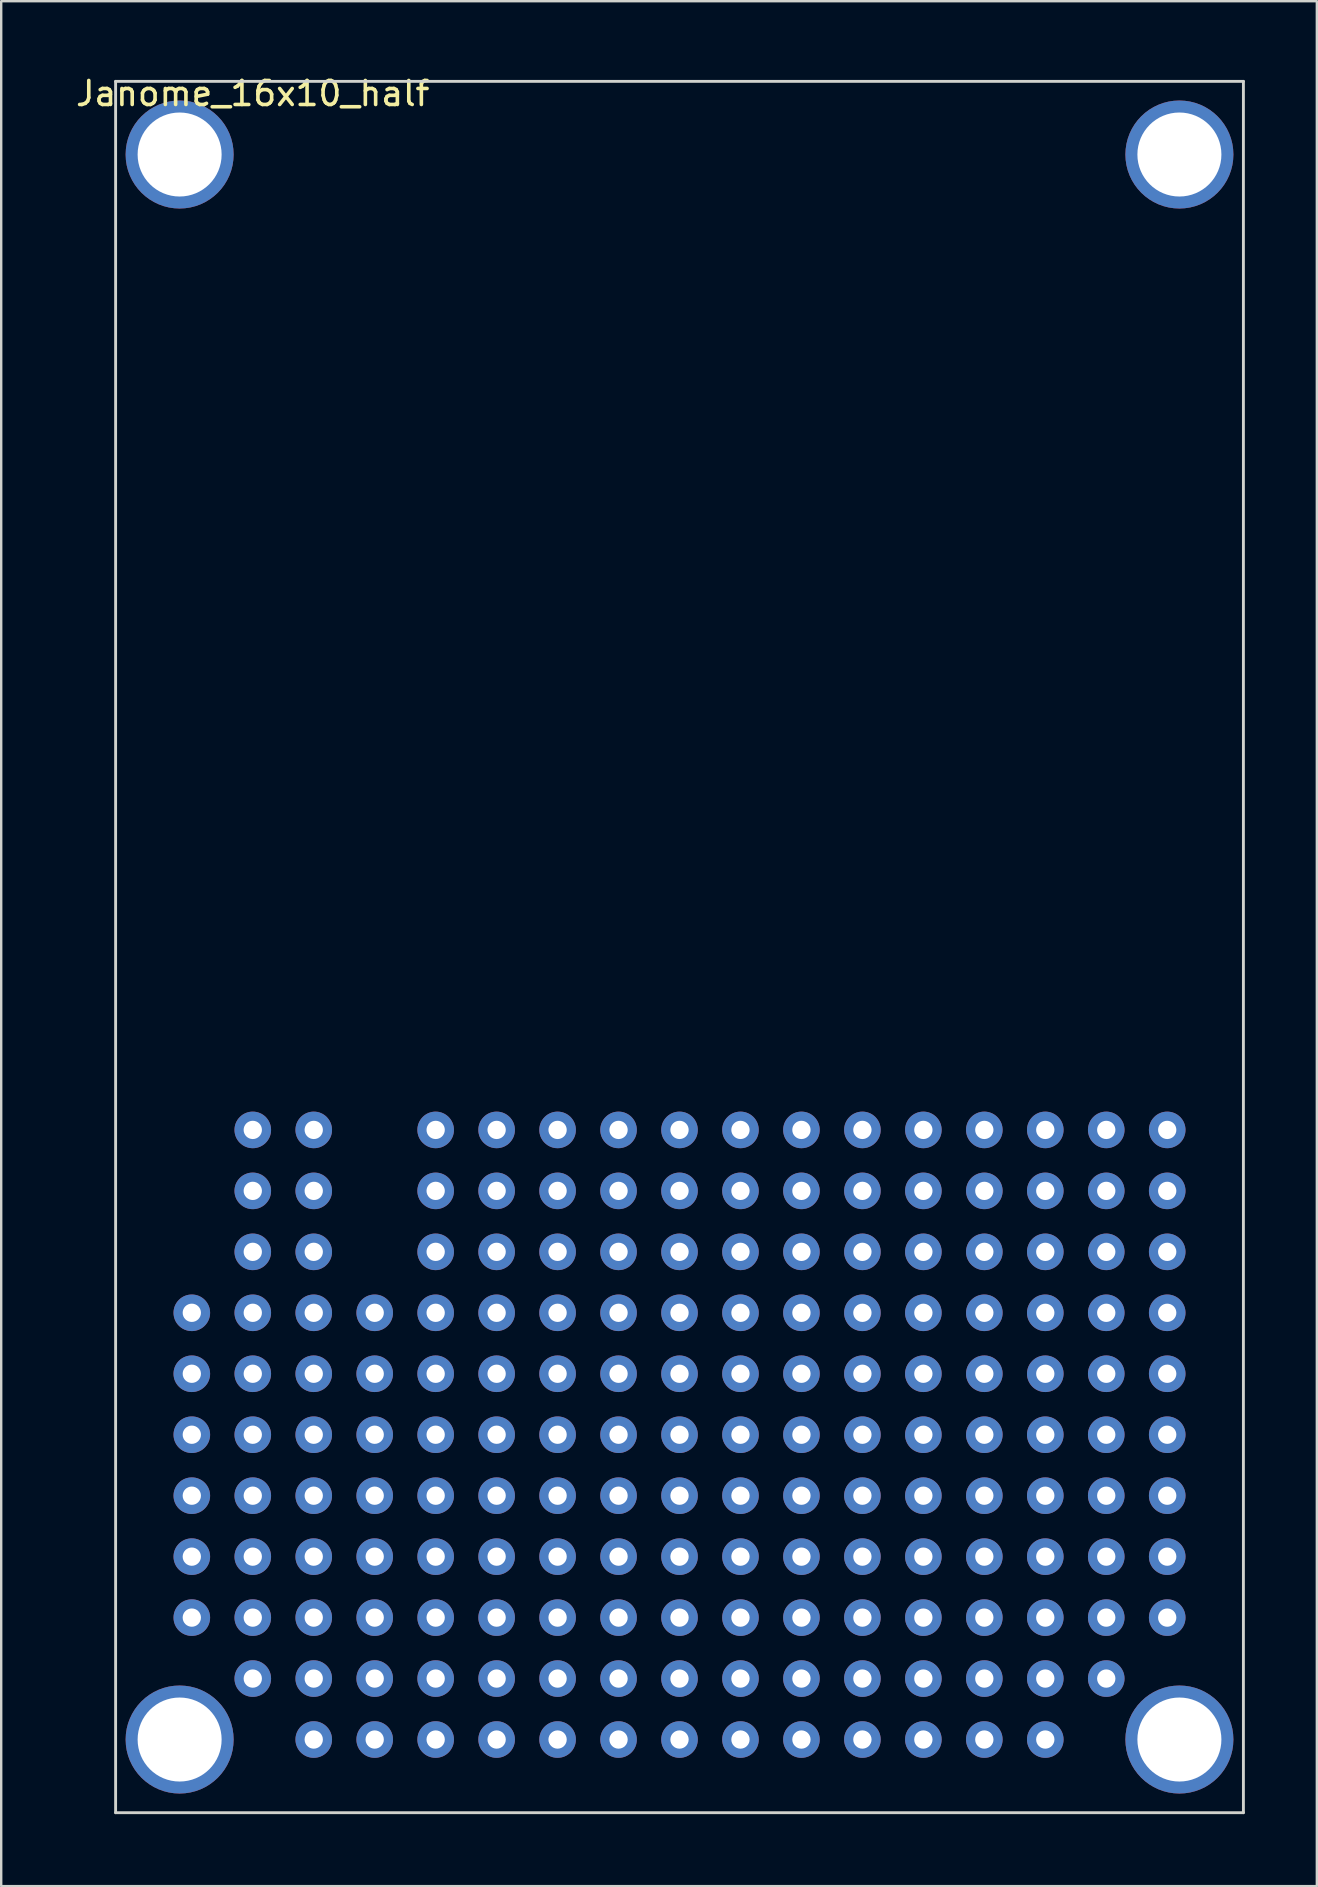
<source format=kicad_pcb>
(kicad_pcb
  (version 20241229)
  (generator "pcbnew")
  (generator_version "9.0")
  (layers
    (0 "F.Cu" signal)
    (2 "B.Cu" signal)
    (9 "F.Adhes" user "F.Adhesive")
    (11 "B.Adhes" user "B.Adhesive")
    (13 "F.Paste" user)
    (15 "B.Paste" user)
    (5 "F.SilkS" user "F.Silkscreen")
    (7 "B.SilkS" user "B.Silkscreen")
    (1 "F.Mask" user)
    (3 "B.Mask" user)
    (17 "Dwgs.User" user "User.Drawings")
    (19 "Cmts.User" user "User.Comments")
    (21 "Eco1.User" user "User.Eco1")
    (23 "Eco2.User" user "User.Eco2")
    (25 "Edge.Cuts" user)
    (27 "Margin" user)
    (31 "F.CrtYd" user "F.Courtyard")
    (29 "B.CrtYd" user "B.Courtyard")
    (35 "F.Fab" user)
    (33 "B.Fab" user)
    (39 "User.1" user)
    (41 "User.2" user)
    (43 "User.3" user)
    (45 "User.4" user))
  (footprint "Janome_16x10_half"
    (layer "F.Cu")
    (at 4.942 8.468)
    (property "Reference" "Janome_16x10_half" (at 2.54 -7.62 0) (layer "F.SilkS") (effects (font (size 1 1) (thickness 0.15))))
    (attr through_hole)
    (fp_line (start -3.175 -8.128) (end -3.175 64.008) (stroke (width 0.12) (type default)) (layer "Edge.Cuts"))
    (fp_line (start -3.175 64.008) (end 43.815 64.008) (stroke (width 0.12) (type default)) (layer "Edge.Cuts"))
    (fp_line (start 43.815 -8.128) (end -3.175 -8.128) (stroke (width 0.12) (type default)) (layer "Edge.Cuts"))
    (fp_line (start 43.815 64.008) (end 43.815 -8.128) (stroke (width 0.12) (type default)) (layer "Edge.Cuts"))
    (pad "1" thru_hole circle (at 0 43.18) (size 1.524 1.524) (drill 0.762) (layers "*.Cu" "*.Mask"))
    (pad "1" thru_hole circle (at 0 45.72) (size 1.524 1.524) (drill 0.762) (layers "*.Cu" "*.Mask"))
    (pad "1" thru_hole circle (at 0 48.26) (size 1.524 1.524) (drill 0.762) (layers "*.Cu" "*.Mask"))
    (pad "1" thru_hole circle (at 0 50.8) (size 1.524 1.524) (drill 0.762) (layers "*.Cu" "*.Mask"))
    (pad "1" thru_hole circle (at 0 53.34) (size 1.524 1.524) (drill 0.762) (layers "*.Cu" "*.Mask"))
    (pad "1" thru_hole circle (at 0 55.88) (size 1.524 1.524) (drill 0.762) (layers "*.Cu" "*.Mask"))
    (pad "1" thru_hole circle (at 2.54 35.56) (size 1.524 1.524) (drill 0.762) (layers "*.Cu" "*.Mask"))
    (pad "1" thru_hole circle (at 2.54 38.1) (size 1.524 1.524) (drill 0.762) (layers "*.Cu" "*.Mask"))
    (pad "1" thru_hole circle (at 2.54 40.64) (size 1.524 1.524) (drill 0.762) (layers "*.Cu" "*.Mask"))
    (pad "1" thru_hole circle (at 2.54 43.18) (size 1.524 1.524) (drill 0.762) (layers "*.Cu" "*.Mask"))
    (pad "1" thru_hole circle (at 2.54 45.72) (size 1.524 1.524) (drill 0.762) (layers "*.Cu" "*.Mask"))
    (pad "1" thru_hole circle (at 2.54 48.26) (size 1.524 1.524) (drill 0.762) (layers "*.Cu" "*.Mask"))
    (pad "1" thru_hole circle (at 2.54 50.8) (size 1.524 1.524) (drill 0.762) (layers "*.Cu" "*.Mask"))
    (pad "1" thru_hole circle (at 2.54 53.34) (size 1.524 1.524) (drill 0.762) (layers "*.Cu" "*.Mask"))
    (pad "1" thru_hole circle (at 2.54 55.88) (size 1.524 1.524) (drill 0.762) (layers "*.Cu" "*.Mask"))
    (pad "1" thru_hole circle (at 2.54 58.42) (size 1.524 1.524) (drill 0.762) (layers "*.Cu" "*.Mask"))
    (pad "1" thru_hole circle (at 5.08 35.56) (size 1.524 1.524) (drill 0.762) (layers "*.Cu" "*.Mask"))
    (pad "1" thru_hole circle (at 5.08 38.1) (size 1.524 1.524) (drill 0.762) (layers "*.Cu" "*.Mask"))
    (pad "1" thru_hole circle (at 5.08 40.64) (size 1.524 1.524) (drill 0.762) (layers "*.Cu" "*.Mask"))
    (pad "1" thru_hole circle (at 5.08 43.18) (size 1.524 1.524) (drill 0.762) (layers "*.Cu" "*.Mask"))
    (pad "1" thru_hole circle (at 5.08 45.72) (size 1.524 1.524) (drill 0.762) (layers "*.Cu" "*.Mask"))
    (pad "1" thru_hole circle (at 5.08 48.26) (size 1.524 1.524) (drill 0.762) (layers "*.Cu" "*.Mask"))
    (pad "1" thru_hole circle (at 5.08 50.8) (size 1.524 1.524) (drill 0.762) (layers "*.Cu" "*.Mask"))
    (pad "1" thru_hole circle (at 5.08 53.34) (size 1.524 1.524) (drill 0.762) (layers "*.Cu" "*.Mask"))
    (pad "1" thru_hole circle (at 5.08 55.88) (size 1.524 1.524) (drill 0.762) (layers "*.Cu" "*.Mask"))
    (pad "1" thru_hole circle (at 5.08 58.42) (size 1.524 1.524) (drill 0.762) (layers "*.Cu" "*.Mask"))
    (pad "1" thru_hole circle (at 5.08 60.96) (size 1.524 1.524) (drill 0.762) (layers "*.Cu" "*.Mask"))
    (pad "1" thru_hole circle (at 7.62 43.18) (size 1.524 1.524) (drill 0.762) (layers "*.Cu" "*.Mask"))
    (pad "1" thru_hole circle (at 7.62 45.72) (size 1.524 1.524) (drill 0.762) (layers "*.Cu" "*.Mask"))
    (pad "1" thru_hole circle (at 7.62 48.26) (size 1.524 1.524) (drill 0.762) (layers "*.Cu" "*.Mask"))
    (pad "1" thru_hole circle (at 7.62 50.8) (size 1.524 1.524) (drill 0.762) (layers "*.Cu" "*.Mask"))
    (pad "1" thru_hole circle (at 7.62 53.34) (size 1.524 1.524) (drill 0.762) (layers "*.Cu" "*.Mask"))
    (pad "1" thru_hole circle (at 7.62 55.88) (size 1.524 1.524) (drill 0.762) (layers "*.Cu" "*.Mask"))
    (pad "1" thru_hole circle (at 7.62 58.42) (size 1.524 1.524) (drill 0.762) (layers "*.Cu" "*.Mask"))
    (pad "1" thru_hole circle (at 7.62 60.96) (size 1.524 1.524) (drill 0.762) (layers "*.Cu" "*.Mask"))
    (pad "1" thru_hole circle (at 10.16 35.56) (size 1.524 1.524) (drill 0.762) (layers "*.Cu" "*.Mask"))
    (pad "1" thru_hole circle (at 10.16 38.1) (size 1.524 1.524) (drill 0.762) (layers "*.Cu" "*.Mask"))
    (pad "1" thru_hole circle (at 10.16 40.64) (size 1.524 1.524) (drill 0.762) (layers "*.Cu" "*.Mask"))
    (pad "1" thru_hole circle (at 10.16 43.18) (size 1.524 1.524) (drill 0.762) (layers "*.Cu" "*.Mask"))
    (pad "1" thru_hole circle (at 10.16 45.72) (size 1.524 1.524) (drill 0.762) (layers "*.Cu" "*.Mask"))
    (pad "1" thru_hole circle (at 10.16 48.26) (size 1.524 1.524) (drill 0.762) (layers "*.Cu" "*.Mask"))
    (pad "1" thru_hole circle (at 10.16 50.8) (size 1.524 1.524) (drill 0.762) (layers "*.Cu" "*.Mask"))
    (pad "1" thru_hole circle (at 10.16 53.34) (size 1.524 1.524) (drill 0.762) (layers "*.Cu" "*.Mask"))
    (pad "1" thru_hole circle (at 10.16 55.88) (size 1.524 1.524) (drill 0.762) (layers "*.Cu" "*.Mask"))
    (pad "1" thru_hole circle (at 10.16 58.42) (size 1.524 1.524) (drill 0.762) (layers "*.Cu" "*.Mask"))
    (pad "1" thru_hole circle (at 10.16 60.96) (size 1.524 1.524) (drill 0.762) (layers "*.Cu" "*.Mask"))
    (pad "1" thru_hole circle (at 12.7 35.56) (size 1.524 1.524) (drill 0.762) (layers "*.Cu" "*.Mask"))
    (pad "1" thru_hole circle (at 12.7 38.1) (size 1.524 1.524) (drill 0.762) (layers "*.Cu" "*.Mask"))
    (pad "1" thru_hole circle (at 12.7 40.64) (size 1.524 1.524) (drill 0.762) (layers "*.Cu" "*.Mask"))
    (pad "1" thru_hole circle (at 12.7 43.18) (size 1.524 1.524) (drill 0.762) (layers "*.Cu" "*.Mask"))
    (pad "1" thru_hole circle (at 12.7 45.72) (size 1.524 1.524) (drill 0.762) (layers "*.Cu" "*.Mask"))
    (pad "1" thru_hole circle (at 12.7 48.26) (size 1.524 1.524) (drill 0.762) (layers "*.Cu" "*.Mask"))
    (pad "1" thru_hole circle (at 12.7 50.8) (size 1.524 1.524) (drill 0.762) (layers "*.Cu" "*.Mask"))
    (pad "1" thru_hole circle (at 12.7 53.34) (size 1.524 1.524) (drill 0.762) (layers "*.Cu" "*.Mask"))
    (pad "1" thru_hole circle (at 12.7 55.88) (size 1.524 1.524) (drill 0.762) (layers "*.Cu" "*.Mask"))
    (pad "1" thru_hole circle (at 12.7 58.42) (size 1.524 1.524) (drill 0.762) (layers "*.Cu" "*.Mask"))
    (pad "1" thru_hole circle (at 12.7 60.96) (size 1.524 1.524) (drill 0.762) (layers "*.Cu" "*.Mask"))
    (pad "1" thru_hole circle (at 15.24 35.56) (size 1.524 1.524) (drill 0.762) (layers "*.Cu" "*.Mask"))
    (pad "1" thru_hole circle (at 15.24 38.1) (size 1.524 1.524) (drill 0.762) (layers "*.Cu" "*.Mask"))
    (pad "1" thru_hole circle (at 15.24 40.64) (size 1.524 1.524) (drill 0.762) (layers "*.Cu" "*.Mask"))
    (pad "1" thru_hole circle (at 15.24 43.18) (size 1.524 1.524) (drill 0.762) (layers "*.Cu" "*.Mask"))
    (pad "1" thru_hole circle (at 15.24 45.72) (size 1.524 1.524) (drill 0.762) (layers "*.Cu" "*.Mask"))
    (pad "1" thru_hole circle (at 15.24 48.26) (size 1.524 1.524) (drill 0.762) (layers "*.Cu" "*.Mask"))
    (pad "1" thru_hole circle (at 15.24 50.8) (size 1.524 1.524) (drill 0.762) (layers "*.Cu" "*.Mask"))
    (pad "1" thru_hole circle (at 15.24 53.34) (size 1.524 1.524) (drill 0.762) (layers "*.Cu" "*.Mask"))
    (pad "1" thru_hole circle (at 15.24 55.88) (size 1.524 1.524) (drill 0.762) (layers "*.Cu" "*.Mask"))
    (pad "1" thru_hole circle (at 15.24 58.42) (size 1.524 1.524) (drill 0.762) (layers "*.Cu" "*.Mask"))
    (pad "1" thru_hole circle (at 15.24 60.96) (size 1.524 1.524) (drill 0.762) (layers "*.Cu" "*.Mask"))
    (pad "1" thru_hole circle (at 17.78 35.56) (size 1.524 1.524) (drill 0.762) (layers "*.Cu" "*.Mask"))
    (pad "1" thru_hole circle (at 17.78 38.1) (size 1.524 1.524) (drill 0.762) (layers "*.Cu" "*.Mask"))
    (pad "1" thru_hole circle (at 17.78 40.64) (size 1.524 1.524) (drill 0.762) (layers "*.Cu" "*.Mask"))
    (pad "1" thru_hole circle (at 17.78 43.18) (size 1.524 1.524) (drill 0.762) (layers "*.Cu" "*.Mask"))
    (pad "1" thru_hole circle (at 17.78 45.72) (size 1.524 1.524) (drill 0.762) (layers "*.Cu" "*.Mask"))
    (pad "1" thru_hole circle (at 17.78 48.26) (size 1.524 1.524) (drill 0.762) (layers "*.Cu" "*.Mask"))
    (pad "1" thru_hole circle (at 17.78 50.8) (size 1.524 1.524) (drill 0.762) (layers "*.Cu" "*.Mask"))
    (pad "1" thru_hole circle (at 17.78 53.34) (size 1.524 1.524) (drill 0.762) (layers "*.Cu" "*.Mask"))
    (pad "1" thru_hole circle (at 17.78 55.88) (size 1.524 1.524) (drill 0.762) (layers "*.Cu" "*.Mask"))
    (pad "1" thru_hole circle (at 17.78 58.42) (size 1.524 1.524) (drill 0.762) (layers "*.Cu" "*.Mask"))
    (pad "1" thru_hole circle (at 17.78 60.96) (size 1.524 1.524) (drill 0.762) (layers "*.Cu" "*.Mask"))
    (pad "1" thru_hole circle (at 20.32 35.56) (size 1.524 1.524) (drill 0.762) (layers "*.Cu" "*.Mask"))
    (pad "1" thru_hole circle (at 20.32 38.1) (size 1.524 1.524) (drill 0.762) (layers "*.Cu" "*.Mask"))
    (pad "1" thru_hole circle (at 20.32 40.64) (size 1.524 1.524) (drill 0.762) (layers "*.Cu" "*.Mask"))
    (pad "1" thru_hole circle (at 20.32 43.18) (size 1.524 1.524) (drill 0.762) (layers "*.Cu" "*.Mask"))
    (pad "1" thru_hole circle (at 20.32 45.72) (size 1.524 1.524) (drill 0.762) (layers "*.Cu" "*.Mask"))
    (pad "1" thru_hole circle (at 20.32 48.26) (size 1.524 1.524) (drill 0.762) (layers "*.Cu" "*.Mask"))
    (pad "1" thru_hole circle (at 20.32 50.8) (size 1.524 1.524) (drill 0.762) (layers "*.Cu" "*.Mask"))
    (pad "1" thru_hole circle (at 20.32 53.34) (size 1.524 1.524) (drill 0.762) (layers "*.Cu" "*.Mask"))
    (pad "1" thru_hole circle (at 20.32 55.88) (size 1.524 1.524) (drill 0.762) (layers "*.Cu" "*.Mask"))
    (pad "1" thru_hole circle (at 20.32 58.42) (size 1.524 1.524) (drill 0.762) (layers "*.Cu" "*.Mask"))
    (pad "1" thru_hole circle (at 20.32 60.96) (size 1.524 1.524) (drill 0.762) (layers "*.Cu" "*.Mask"))
    (pad "1" thru_hole circle (at 22.86 35.56) (size 1.524 1.524) (drill 0.762) (layers "*.Cu" "*.Mask"))
    (pad "1" thru_hole circle (at 22.86 38.1) (size 1.524 1.524) (drill 0.762) (layers "*.Cu" "*.Mask"))
    (pad "1" thru_hole circle (at 22.86 40.64) (size 1.524 1.524) (drill 0.762) (layers "*.Cu" "*.Mask"))
    (pad "1" thru_hole circle (at 22.86 43.18) (size 1.524 1.524) (drill 0.762) (layers "*.Cu" "*.Mask"))
    (pad "1" thru_hole circle (at 22.86 45.72) (size 1.524 1.524) (drill 0.762) (layers "*.Cu" "*.Mask"))
    (pad "1" thru_hole circle (at 22.86 48.26) (size 1.524 1.524) (drill 0.762) (layers "*.Cu" "*.Mask"))
    (pad "1" thru_hole circle (at 22.86 50.8) (size 1.524 1.524) (drill 0.762) (layers "*.Cu" "*.Mask"))
    (pad "1" thru_hole circle (at 22.86 53.34) (size 1.524 1.524) (drill 0.762) (layers "*.Cu" "*.Mask"))
    (pad "1" thru_hole circle (at 22.86 55.88) (size 1.524 1.524) (drill 0.762) (layers "*.Cu" "*.Mask"))
    (pad "1" thru_hole circle (at 22.86 58.42) (size 1.524 1.524) (drill 0.762) (layers "*.Cu" "*.Mask"))
    (pad "1" thru_hole circle (at 22.86 60.96) (size 1.524 1.524) (drill 0.762) (layers "*.Cu" "*.Mask"))
    (pad "1" thru_hole circle (at 25.4 35.56) (size 1.524 1.524) (drill 0.762) (layers "*.Cu" "*.Mask"))
    (pad "1" thru_hole circle (at 25.4 38.1) (size 1.524 1.524) (drill 0.762) (layers "*.Cu" "*.Mask"))
    (pad "1" thru_hole circle (at 25.4 40.64) (size 1.524 1.524) (drill 0.762) (layers "*.Cu" "*.Mask"))
    (pad "1" thru_hole circle (at 25.4 43.18) (size 1.524 1.524) (drill 0.762) (layers "*.Cu" "*.Mask"))
    (pad "1" thru_hole circle (at 25.4 45.72) (size 1.524 1.524) (drill 0.762) (layers "*.Cu" "*.Mask"))
    (pad "1" thru_hole circle (at 25.4 48.26) (size 1.524 1.524) (drill 0.762) (layers "*.Cu" "*.Mask"))
    (pad "1" thru_hole circle (at 25.4 50.8) (size 1.524 1.524) (drill 0.762) (layers "*.Cu" "*.Mask"))
    (pad "1" thru_hole circle (at 25.4 53.34) (size 1.524 1.524) (drill 0.762) (layers "*.Cu" "*.Mask"))
    (pad "1" thru_hole circle (at 25.4 55.88) (size 1.524 1.524) (drill 0.762) (layers "*.Cu" "*.Mask"))
    (pad "1" thru_hole circle (at 25.4 58.42) (size 1.524 1.524) (drill 0.762) (layers "*.Cu" "*.Mask"))
    (pad "1" thru_hole circle (at 25.4 60.96) (size 1.524 1.524) (drill 0.762) (layers "*.Cu" "*.Mask"))
    (pad "1" thru_hole circle (at 27.94 35.56) (size 1.524 1.524) (drill 0.762) (layers "*.Cu" "*.Mask"))
    (pad "1" thru_hole circle (at 27.94 38.1) (size 1.524 1.524) (drill 0.762) (layers "*.Cu" "*.Mask"))
    (pad "1" thru_hole circle (at 27.94 40.64) (size 1.524 1.524) (drill 0.762) (layers "*.Cu" "*.Mask"))
    (pad "1" thru_hole circle (at 27.94 43.18) (size 1.524 1.524) (drill 0.762) (layers "*.Cu" "*.Mask"))
    (pad "1" thru_hole circle (at 27.94 45.72) (size 1.524 1.524) (drill 0.762) (layers "*.Cu" "*.Mask"))
    (pad "1" thru_hole circle (at 27.94 48.26) (size 1.524 1.524) (drill 0.762) (layers "*.Cu" "*.Mask"))
    (pad "1" thru_hole circle (at 27.94 50.8) (size 1.524 1.524) (drill 0.762) (layers "*.Cu" "*.Mask"))
    (pad "1" thru_hole circle (at 27.94 53.34) (size 1.524 1.524) (drill 0.762) (layers "*.Cu" "*.Mask"))
    (pad "1" thru_hole circle (at 27.94 55.88) (size 1.524 1.524) (drill 0.762) (layers "*.Cu" "*.Mask"))
    (pad "1" thru_hole circle (at 27.94 58.42) (size 1.524 1.524) (drill 0.762) (layers "*.Cu" "*.Mask"))
    (pad "1" thru_hole circle (at 27.94 60.96) (size 1.524 1.524) (drill 0.762) (layers "*.Cu" "*.Mask"))
    (pad "1" thru_hole circle (at 30.48 35.56) (size 1.524 1.524) (drill 0.762) (layers "*.Cu" "*.Mask"))
    (pad "1" thru_hole circle (at 30.48 38.1) (size 1.524 1.524) (drill 0.762) (layers "*.Cu" "*.Mask"))
    (pad "1" thru_hole circle (at 30.48 40.64) (size 1.524 1.524) (drill 0.762) (layers "*.Cu" "*.Mask"))
    (pad "1" thru_hole circle (at 30.48 43.18) (size 1.524 1.524) (drill 0.762) (layers "*.Cu" "*.Mask"))
    (pad "1" thru_hole circle (at 30.48 45.72) (size 1.524 1.524) (drill 0.762) (layers "*.Cu" "*.Mask"))
    (pad "1" thru_hole circle (at 30.48 48.26) (size 1.524 1.524) (drill 0.762) (layers "*.Cu" "*.Mask"))
    (pad "1" thru_hole circle (at 30.48 50.8) (size 1.524 1.524) (drill 0.762) (layers "*.Cu" "*.Mask"))
    (pad "1" thru_hole circle (at 30.48 53.34) (size 1.524 1.524) (drill 0.762) (layers "*.Cu" "*.Mask"))
    (pad "1" thru_hole circle (at 30.48 55.88) (size 1.524 1.524) (drill 0.762) (layers "*.Cu" "*.Mask"))
    (pad "1" thru_hole circle (at 30.48 58.42) (size 1.524 1.524) (drill 0.762) (layers "*.Cu" "*.Mask"))
    (pad "1" thru_hole circle (at 30.48 60.96) (size 1.524 1.524) (drill 0.762) (layers "*.Cu" "*.Mask"))
    (pad "1" thru_hole circle (at 33.02 35.56) (size 1.524 1.524) (drill 0.762) (layers "*.Cu" "*.Mask"))
    (pad "1" thru_hole circle (at 33.02 38.1) (size 1.524 1.524) (drill 0.762) (layers "*.Cu" "*.Mask"))
    (pad "1" thru_hole circle (at 33.02 40.64) (size 1.524 1.524) (drill 0.762) (layers "*.Cu" "*.Mask"))
    (pad "1" thru_hole circle (at 33.02 43.18) (size 1.524 1.524) (drill 0.762) (layers "*.Cu" "*.Mask"))
    (pad "1" thru_hole circle (at 33.02 45.72) (size 1.524 1.524) (drill 0.762) (layers "*.Cu" "*.Mask"))
    (pad "1" thru_hole circle (at 33.02 48.26) (size 1.524 1.524) (drill 0.762) (layers "*.Cu" "*.Mask"))
    (pad "1" thru_hole circle (at 33.02 50.8) (size 1.524 1.524) (drill 0.762) (layers "*.Cu" "*.Mask"))
    (pad "1" thru_hole circle (at 33.02 53.34) (size 1.524 1.524) (drill 0.762) (layers "*.Cu" "*.Mask"))
    (pad "1" thru_hole circle (at 33.02 55.88) (size 1.524 1.524) (drill 0.762) (layers "*.Cu" "*.Mask"))
    (pad "1" thru_hole circle (at 33.02 58.42) (size 1.524 1.524) (drill 0.762) (layers "*.Cu" "*.Mask"))
    (pad "1" thru_hole circle (at 33.02 60.96) (size 1.524 1.524) (drill 0.762) (layers "*.Cu" "*.Mask"))
    (pad "1" thru_hole circle (at 35.56 35.56) (size 1.524 1.524) (drill 0.762) (layers "*.Cu" "*.Mask"))
    (pad "1" thru_hole circle (at 35.56 38.1) (size 1.524 1.524) (drill 0.762) (layers "*.Cu" "*.Mask"))
    (pad "1" thru_hole circle (at 35.56 40.64) (size 1.524 1.524) (drill 0.762) (layers "*.Cu" "*.Mask"))
    (pad "1" thru_hole circle (at 35.56 43.18) (size 1.524 1.524) (drill 0.762) (layers "*.Cu" "*.Mask"))
    (pad "1" thru_hole circle (at 35.56 45.72) (size 1.524 1.524) (drill 0.762) (layers "*.Cu" "*.Mask"))
    (pad "1" thru_hole circle (at 35.56 48.26) (size 1.524 1.524) (drill 0.762) (layers "*.Cu" "*.Mask"))
    (pad "1" thru_hole circle (at 35.56 50.8) (size 1.524 1.524) (drill 0.762) (layers "*.Cu" "*.Mask"))
    (pad "1" thru_hole circle (at 35.56 53.34) (size 1.524 1.524) (drill 0.762) (layers "*.Cu" "*.Mask"))
    (pad "1" thru_hole circle (at 35.56 55.88) (size 1.524 1.524) (drill 0.762) (layers "*.Cu" "*.Mask"))
    (pad "1" thru_hole circle (at 35.56 58.42) (size 1.524 1.524) (drill 0.762) (layers "*.Cu" "*.Mask"))
    (pad "1" thru_hole circle (at 35.56 60.96) (size 1.524 1.524) (drill 0.762) (layers "*.Cu" "*.Mask"))
    (pad "1" thru_hole circle (at 38.1 35.56) (size 1.524 1.524) (drill 0.762) (layers "*.Cu" "*.Mask"))
    (pad "1" thru_hole circle (at 38.1 38.1) (size 1.524 1.524) (drill 0.762) (layers "*.Cu" "*.Mask"))
    (pad "1" thru_hole circle (at 38.1 40.64) (size 1.524 1.524) (drill 0.762) (layers "*.Cu" "*.Mask"))
    (pad "1" thru_hole circle (at 38.1 43.18) (size 1.524 1.524) (drill 0.762) (layers "*.Cu" "*.Mask"))
    (pad "1" thru_hole circle (at 38.1 45.72) (size 1.524 1.524) (drill 0.762) (layers "*.Cu" "*.Mask"))
    (pad "1" thru_hole circle (at 38.1 48.26) (size 1.524 1.524) (drill 0.762) (layers "*.Cu" "*.Mask"))
    (pad "1" thru_hole circle (at 38.1 50.8) (size 1.524 1.524) (drill 0.762) (layers "*.Cu" "*.Mask"))
    (pad "1" thru_hole circle (at 38.1 53.34) (size 1.524 1.524) (drill 0.762) (layers "*.Cu" "*.Mask"))
    (pad "1" thru_hole circle (at 38.1 55.88) (size 1.524 1.524) (drill 0.762) (layers "*.Cu" "*.Mask"))
    (pad "1" thru_hole circle (at 38.1 58.42) (size 1.524 1.524) (drill 0.762) (layers "*.Cu" "*.Mask"))
    (pad "1" thru_hole circle (at 40.64 35.56) (size 1.524 1.524) (drill 0.762) (layers "*.Cu" "*.Mask"))
    (pad "1" thru_hole circle (at 40.64 38.1) (size 1.524 1.524) (drill 0.762) (layers "*.Cu" "*.Mask"))
    (pad "1" thru_hole circle (at 40.64 40.64) (size 1.524 1.524) (drill 0.762) (layers "*.Cu" "*.Mask"))
    (pad "1" thru_hole circle (at 40.64 43.18) (size 1.524 1.524) (drill 0.762) (layers "*.Cu" "*.Mask"))
    (pad "1" thru_hole circle (at 40.64 45.72) (size 1.524 1.524) (drill 0.762) (layers "*.Cu" "*.Mask"))
    (pad "1" thru_hole circle (at 40.64 48.26) (size 1.524 1.524) (drill 0.762) (layers "*.Cu" "*.Mask"))
    (pad "1" thru_hole circle (at 40.64 50.8) (size 1.524 1.524) (drill 0.762) (layers "*.Cu" "*.Mask"))
    (pad "1" thru_hole circle (at 40.64 53.34) (size 1.524 1.524) (drill 0.762) (layers "*.Cu" "*.Mask"))
    (pad "1" thru_hole circle (at 40.64 55.88) (size 1.524 1.524) (drill 0.762) (layers "*.Cu" "*.Mask"))
    (pad "2" thru_hole circle (at -0.508 -5.08) (size 4.5 4.5) (drill 3.5) (layers "*.Cu" "*.Mask"))
    (pad "2" thru_hole circle (at -0.508 60.96) (size 4.5 4.5) (drill 3.5) (layers "*.Cu" "*.Mask"))
    (pad "2" thru_hole circle (at 41.148 -5.08) (size 4.5 4.5) (drill 3.5) (layers "*.Cu" "*.Mask"))
    (pad "2" thru_hole circle (at 41.148 60.96) (size 4.5 4.5) (drill 3.5) (layers "*.Cu" "*.Mask")))
  (gr_rect
    (start -3 -3)
    (end 51.817 75.536)
    (stroke (width 0.1) (type default))
    (fill no)
    (layer "Edge.Cuts")))
</source>
